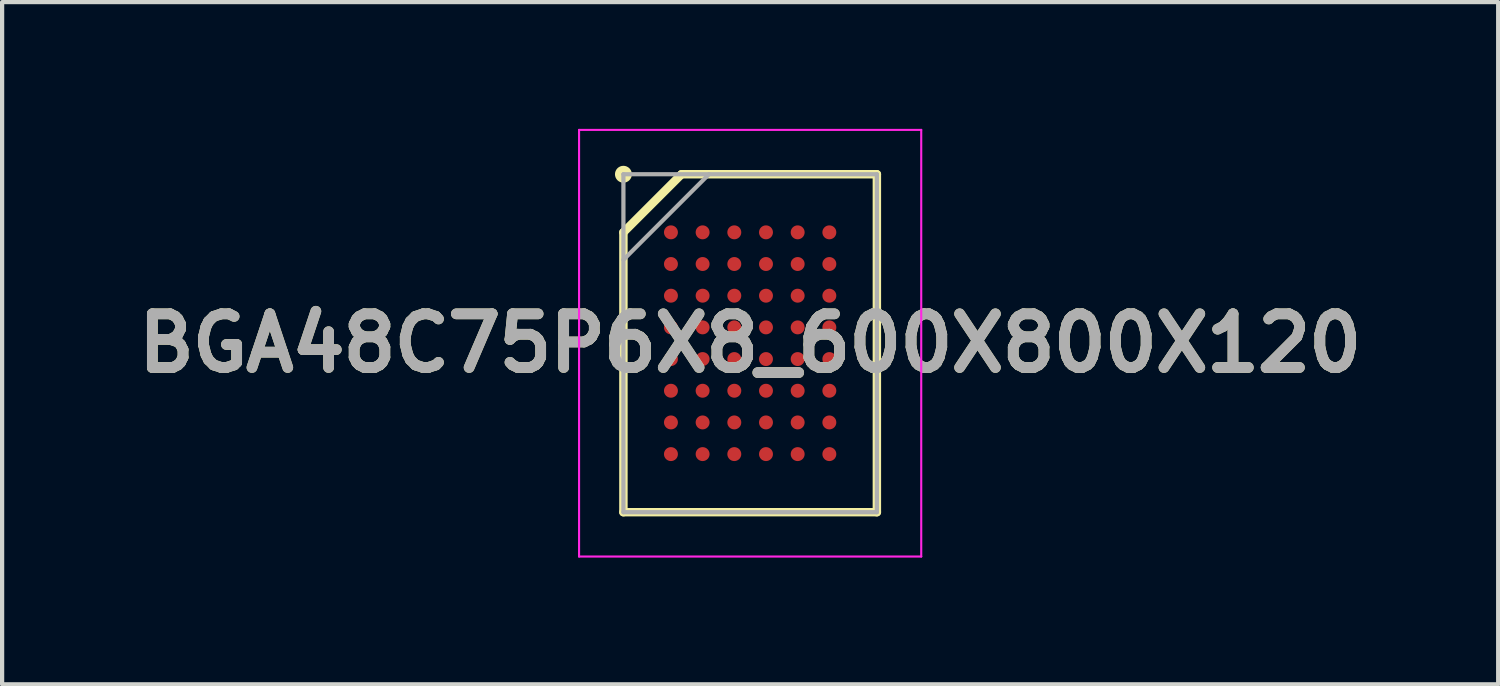
<source format=kicad_pcb>
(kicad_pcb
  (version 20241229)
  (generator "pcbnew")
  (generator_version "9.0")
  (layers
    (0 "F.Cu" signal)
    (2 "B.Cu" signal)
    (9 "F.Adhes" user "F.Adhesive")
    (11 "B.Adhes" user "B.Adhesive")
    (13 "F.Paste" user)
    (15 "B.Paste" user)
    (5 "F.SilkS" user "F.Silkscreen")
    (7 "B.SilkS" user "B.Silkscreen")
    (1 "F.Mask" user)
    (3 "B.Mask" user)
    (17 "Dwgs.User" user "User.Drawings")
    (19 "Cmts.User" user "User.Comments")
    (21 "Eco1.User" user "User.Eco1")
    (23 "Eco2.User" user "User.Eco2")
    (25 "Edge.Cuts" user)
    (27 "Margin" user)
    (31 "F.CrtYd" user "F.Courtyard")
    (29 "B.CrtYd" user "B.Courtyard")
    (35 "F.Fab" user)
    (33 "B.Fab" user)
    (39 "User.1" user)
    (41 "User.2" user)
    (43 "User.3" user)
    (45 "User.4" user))
  (footprint "BGA48C75P6X8_600X800X120"
    (layer "F.Cu")
    (at 14.708 5.075)
    (property "Reference" "BGA48C75P6X8_600X800X120" (at 0 0 0) (layer "F.SilkS") (effects (font (size 1.27 1.27) (thickness 0.254))))
    (attr smd)
    (fp_line (start -3 -2.625) (end -1.625 -4) (stroke (width 0.2) (type solid)) (layer "F.SilkS"))
    (fp_line (start -3 4) (end -3 -2.625) (stroke (width 0.2) (type solid)) (layer "F.SilkS"))
    (fp_line (start -1.625 -4) (end 3 -4) (stroke (width 0.2) (type solid)) (layer "F.SilkS"))
    (fp_line (start 3 -4) (end 3 4) (stroke (width 0.2) (type solid)) (layer "F.SilkS"))
    (fp_line (start 3 4) (end -3 4) (stroke (width 0.2) (type solid)) (layer "F.SilkS"))
    (fp_circle (center -3 -4) (end -3 -3.9) (stroke (width 0.2) (type solid)) (fill no) (layer "F.SilkS"))
    (fp_line (start -4.05 -5.05) (end 4.05 -5.05) (stroke (width 0.05) (type solid)) (layer "F.CrtYd"))
    (fp_line (start -4.05 5.05) (end -4.05 -5.05) (stroke (width 0.05) (type solid)) (layer "F.CrtYd"))
    (fp_line (start 4.05 -5.05) (end 4.05 5.05) (stroke (width 0.05) (type solid)) (layer "F.CrtYd"))
    (fp_line (start 4.05 5.05) (end -4.05 5.05) (stroke (width 0.05) (type solid)) (layer "F.CrtYd"))
    (fp_line (start -3 -4) (end 3 -4) (stroke (width 0.1) (type solid)) (layer "F.Fab"))
    (fp_line (start -3 -1.975) (end -0.975 -4) (stroke (width 0.1) (type solid)) (layer "F.Fab"))
    (fp_line (start -3 4) (end -3 -4) (stroke (width 0.1) (type solid)) (layer "F.Fab"))
    (fp_line (start 3 -4) (end 3 4) (stroke (width 0.1) (type solid)) (layer "F.Fab"))
    (fp_line (start 3 4) (end -3 4) (stroke (width 0.1) (type solid)) (layer "F.Fab"))
    (fp_text user "${REFERENCE}" (at 0 0 0) (layer "F.Fab") (effects (font (size 1.27 1.27) (thickness 0.254))))
    (pad "A1" smd circle (at -1.875 -2.625 90) (size 0.33 0.33) (layers "F.Cu" "F.Mask" "F.Paste"))
    (pad "A2" smd circle (at -1.125 -2.625 90) (size 0.33 0.33) (layers "F.Cu" "F.Mask" "F.Paste"))
    (pad "A3" smd circle (at -0.375 -2.625 90) (size 0.33 0.33) (layers "F.Cu" "F.Mask" "F.Paste"))
    (pad "A4" smd circle (at 0.375 -2.625 90) (size 0.33 0.33) (layers "F.Cu" "F.Mask" "F.Paste"))
    (pad "A5" smd circle (at 1.125 -2.625 90) (size 0.33 0.33) (layers "F.Cu" "F.Mask" "F.Paste"))
    (pad "A6" smd circle (at 1.875 -2.625 90) (size 0.33 0.33) (layers "F.Cu" "F.Mask" "F.Paste"))
    (pad "B1" smd circle (at -1.875 -1.875 90) (size 0.33 0.33) (layers "F.Cu" "F.Mask" "F.Paste"))
    (pad "B2" smd circle (at -1.125 -1.875 90) (size 0.33 0.33) (layers "F.Cu" "F.Mask" "F.Paste"))
    (pad "B3" smd circle (at -0.375 -1.875 90) (size 0.33 0.33) (layers "F.Cu" "F.Mask" "F.Paste"))
    (pad "B4" smd circle (at 0.375 -1.875 90) (size 0.33 0.33) (layers "F.Cu" "F.Mask" "F.Paste"))
    (pad "B5" smd circle (at 1.125 -1.875 90) (size 0.33 0.33) (layers "F.Cu" "F.Mask" "F.Paste"))
    (pad "B6" smd circle (at 1.875 -1.875 90) (size 0.33 0.33) (layers "F.Cu" "F.Mask" "F.Paste"))
    (pad "C1" smd circle (at -1.875 -1.125 90) (size 0.33 0.33) (layers "F.Cu" "F.Mask" "F.Paste"))
    (pad "C2" smd circle (at -1.125 -1.125 90) (size 0.33 0.33) (layers "F.Cu" "F.Mask" "F.Paste"))
    (pad "C3" smd circle (at -0.375 -1.125 90) (size 0.33 0.33) (layers "F.Cu" "F.Mask" "F.Paste"))
    (pad "C4" smd circle (at 0.375 -1.125 90) (size 0.33 0.33) (layers "F.Cu" "F.Mask" "F.Paste"))
    (pad "C5" smd circle (at 1.125 -1.125 90) (size 0.33 0.33) (layers "F.Cu" "F.Mask" "F.Paste"))
    (pad "C6" smd circle (at 1.875 -1.125 90) (size 0.33 0.33) (layers "F.Cu" "F.Mask" "F.Paste"))
    (pad "D1" smd circle (at -1.875 -0.375 90) (size 0.33 0.33) (layers "F.Cu" "F.Mask" "F.Paste"))
    (pad "D2" smd circle (at -1.125 -0.375 90) (size 0.33 0.33) (layers "F.Cu" "F.Mask" "F.Paste"))
    (pad "D3" smd circle (at -0.375 -0.375 90) (size 0.33 0.33) (layers "F.Cu" "F.Mask" "F.Paste"))
    (pad "D4" smd circle (at 0.375 -0.375 90) (size 0.33 0.33) (layers "F.Cu" "F.Mask" "F.Paste"))
    (pad "D5" smd circle (at 1.125 -0.375 90) (size 0.33 0.33) (layers "F.Cu" "F.Mask" "F.Paste"))
    (pad "D6" smd circle (at 1.875 -0.375 90) (size 0.33 0.33) (layers "F.Cu" "F.Mask" "F.Paste"))
    (pad "E1" smd circle (at -1.875 0.375 90) (size 0.33 0.33) (layers "F.Cu" "F.Mask" "F.Paste"))
    (pad "E2" smd circle (at -1.125 0.375 90) (size 0.33 0.33) (layers "F.Cu" "F.Mask" "F.Paste"))
    (pad "E3" smd circle (at -0.375 0.375 90) (size 0.33 0.33) (layers "F.Cu" "F.Mask" "F.Paste"))
    (pad "E4" smd circle (at 0.375 0.375 90) (size 0.33 0.33) (layers "F.Cu" "F.Mask" "F.Paste"))
    (pad "E5" smd circle (at 1.125 0.375 90) (size 0.33 0.33) (layers "F.Cu" "F.Mask" "F.Paste"))
    (pad "E6" smd circle (at 1.875 0.375 90) (size 0.33 0.33) (layers "F.Cu" "F.Mask" "F.Paste"))
    (pad "F1" smd circle (at -1.875 1.125 90) (size 0.33 0.33) (layers "F.Cu" "F.Mask" "F.Paste"))
    (pad "F2" smd circle (at -1.125 1.125 90) (size 0.33 0.33) (layers "F.Cu" "F.Mask" "F.Paste"))
    (pad "F3" smd circle (at -0.375 1.125 90) (size 0.33 0.33) (layers "F.Cu" "F.Mask" "F.Paste"))
    (pad "F4" smd circle (at 0.375 1.125 90) (size 0.33 0.33) (layers "F.Cu" "F.Mask" "F.Paste"))
    (pad "F5" smd circle (at 1.125 1.125 90) (size 0.33 0.33) (layers "F.Cu" "F.Mask" "F.Paste"))
    (pad "F6" smd circle (at 1.875 1.125 90) (size 0.33 0.33) (layers "F.Cu" "F.Mask" "F.Paste"))
    (pad "G1" smd circle (at -1.875 1.875 90) (size 0.33 0.33) (layers "F.Cu" "F.Mask" "F.Paste"))
    (pad "G2" smd circle (at -1.125 1.875 90) (size 0.33 0.33) (layers "F.Cu" "F.Mask" "F.Paste"))
    (pad "G3" smd circle (at -0.375 1.875 90) (size 0.33 0.33) (layers "F.Cu" "F.Mask" "F.Paste"))
    (pad "G4" smd circle (at 0.375 1.875 90) (size 0.33 0.33) (layers "F.Cu" "F.Mask" "F.Paste"))
    (pad "G5" smd circle (at 1.125 1.875 90) (size 0.33 0.33) (layers "F.Cu" "F.Mask" "F.Paste"))
    (pad "G6" smd circle (at 1.875 1.875 90) (size 0.33 0.33) (layers "F.Cu" "F.Mask" "F.Paste"))
    (pad "H1" smd circle (at -1.875 2.625 90) (size 0.33 0.33) (layers "F.Cu" "F.Mask" "F.Paste"))
    (pad "H2" smd circle (at -1.125 2.625 90) (size 0.33 0.33) (layers "F.Cu" "F.Mask" "F.Paste"))
    (pad "H3" smd circle (at -0.375 2.625 90) (size 0.33 0.33) (layers "F.Cu" "F.Mask" "F.Paste"))
    (pad "H4" smd circle (at 0.375 2.625 90) (size 0.33 0.33) (layers "F.Cu" "F.Mask" "F.Paste"))
    (pad "H5" smd circle (at 1.125 2.625 90) (size 0.33 0.33) (layers "F.Cu" "F.Mask" "F.Paste"))
    (pad "H6" smd circle (at 1.875 2.625 90) (size 0.33 0.33) (layers "F.Cu" "F.Mask" "F.Paste")))
  (gr_rect
    (start -3 -3)
    (end 32.416 13.15)
    (stroke (width 0.1) (type default))
    (fill no)
    (layer "Edge.Cuts")))
</source>
